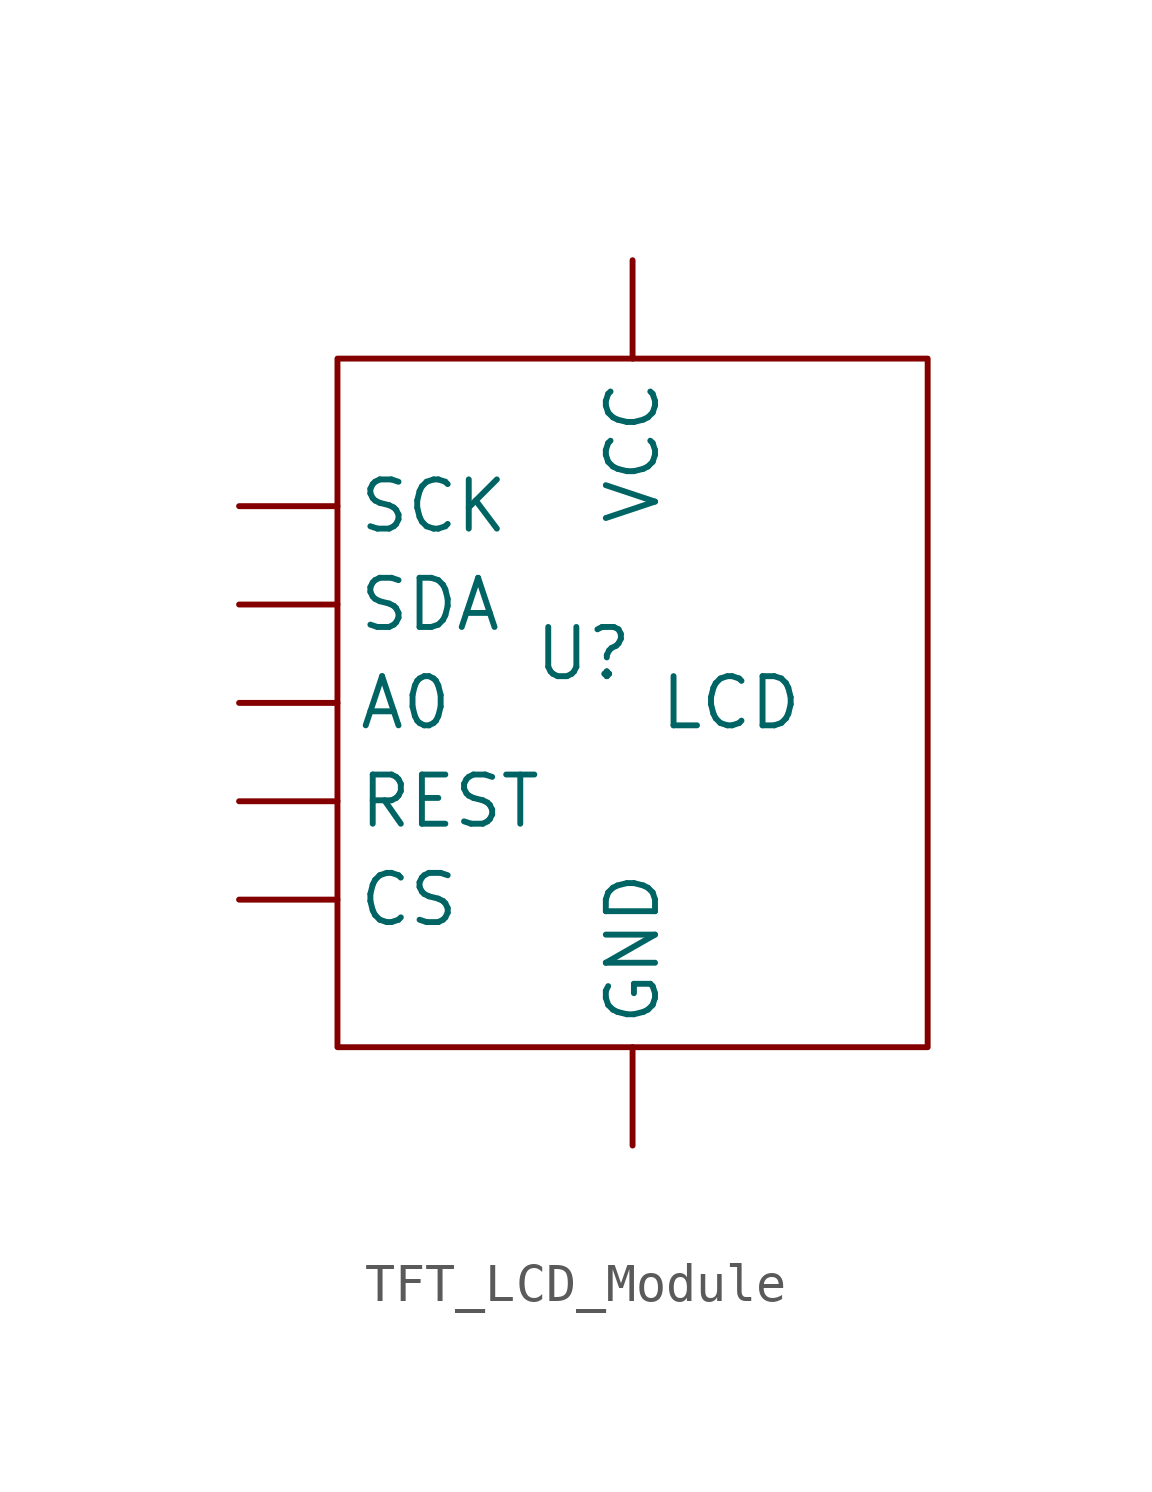
<source format=kicad_sym>
(kicad_symbol_lib
  (version 20220914)
  (generator kicad_symbol_editor)
  (symbol "TFT_LCD_Module"
    (property "Reference" "U"
      (at 0 0 0)
      (effects (font (size 1.27 1.27))))
    (property "Value" "LCD"
      (at 3.81 -1.27 0)
      (effects (font (size 1.27 1.27))))
    (symbol "TFT_LCD_Module_0_1"
      (rectangle (start -6.35 7.62) (end 8.89 -10.16) (stroke (width 0) (type default)) (fill (type none))))
    (symbol "TFT_LCD_Module_1_1"
      (pin input line (at -8.89 -1.27 0) (length 2.54) (name "A0" (effects (font (size 1.27 1.27)))) (number "" (effects (font (size 1.27 1.27)))))
      (pin input line (at -8.89 -6.35 0) (length 2.54) (name "CS" (effects (font (size 1.27 1.27)))) (number "" (effects (font (size 1.27 1.27)))))
      (pin power_out line (at 1.27 -12.7 90) (length 2.54) (name "GND" (effects (font (size 1.27 1.27)))) (number "" (effects (font (size 1.27 1.27)))))
      (pin input line (at -8.89 -3.81 0) (length 2.54) (name "REST" (effects (font (size 1.27 1.27)))) (number "" (effects (font (size 1.27 1.27)))))
      (pin input line (at -8.89 3.81 0) (length 2.54) (name "SCK" (effects (font (size 1.27 1.27)))) (number "" (effects (font (size 1.27 1.27)))))
      (pin input line (at -8.89 1.27 0) (length 2.54) (name "SDA" (effects (font (size 1.27 1.27)))) (number "" (effects (font (size 1.27 1.27)))))
      (pin power_in line (at 1.27 10.16 270) (length 2.54) (name "VCC" (effects (font (size 1.27 1.27)))) (number "" (effects (font (size 1.27 1.27))))))))
</source>
